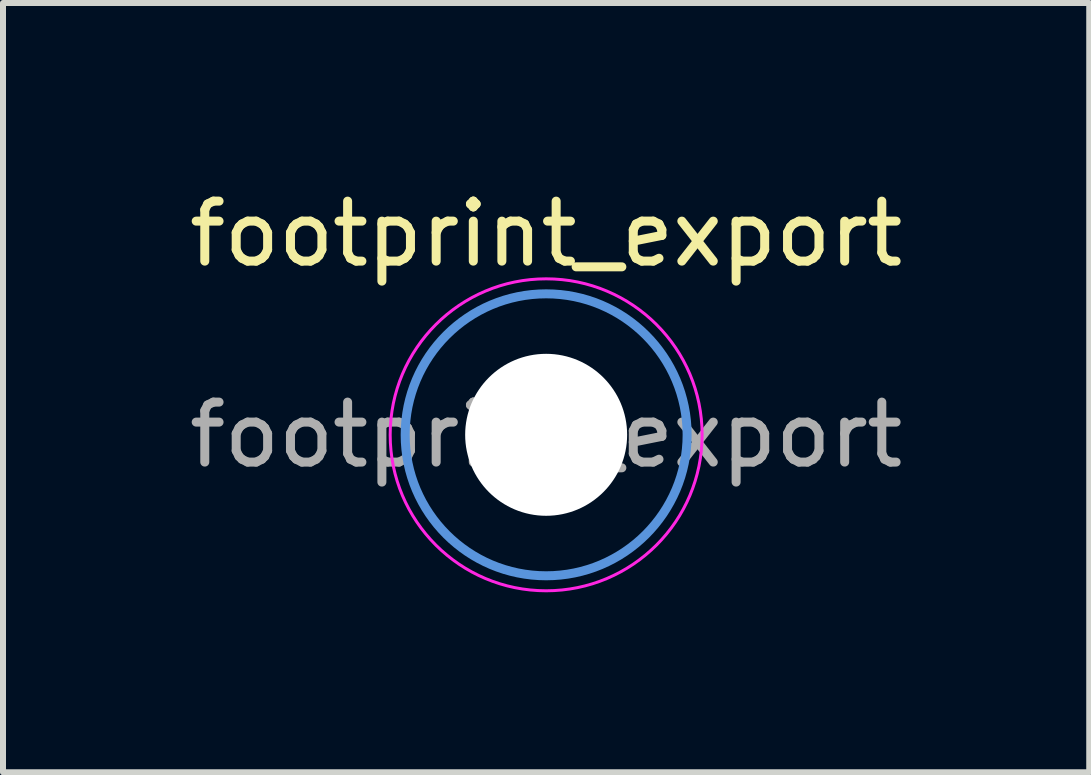
<source format=kicad_pcb>
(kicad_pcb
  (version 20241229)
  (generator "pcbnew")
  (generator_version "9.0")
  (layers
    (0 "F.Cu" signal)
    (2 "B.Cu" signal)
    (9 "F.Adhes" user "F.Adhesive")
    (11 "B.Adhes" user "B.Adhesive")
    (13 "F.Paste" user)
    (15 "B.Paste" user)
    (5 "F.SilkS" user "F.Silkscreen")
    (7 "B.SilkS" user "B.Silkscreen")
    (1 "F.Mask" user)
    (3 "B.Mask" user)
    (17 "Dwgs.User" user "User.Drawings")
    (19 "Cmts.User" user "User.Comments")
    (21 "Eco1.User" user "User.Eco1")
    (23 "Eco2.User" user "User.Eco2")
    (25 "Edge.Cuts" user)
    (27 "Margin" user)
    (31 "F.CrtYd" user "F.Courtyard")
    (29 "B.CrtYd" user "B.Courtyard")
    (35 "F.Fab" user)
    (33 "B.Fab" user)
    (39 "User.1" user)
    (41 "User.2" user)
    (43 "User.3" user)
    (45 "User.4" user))
  (footprint "footprint_export"
    (layer "F.Cu")
    (at 6.054 4.198)
    (property "Reference" "footprint_export" (at 0 -3.35 0) (layer "F.SilkS") (effects (font (size 1 1) (thickness 0.15))))
    (attr exclude_from_pos_files exclude_from_bom)
    (fp_circle (center 0 0) (end 2.35 0) (stroke (width 0.15) (type solid)) (fill no) (layer "Cmts.User"))
    (fp_circle (center 0 0) (end 2.6 0) (stroke (width 0.05) (type solid)) (fill no) (layer "F.CrtYd"))
    (fp_text user "${REFERENCE}" (at 0 0 0) (layer "F.Fab") (effects (font (size 1 1) (thickness 0.15))))
    (pad "" np_thru_hole circle (at 0 0) (size 2.7 2.7) (drill 2.7) (layers "*.Cu" "*.Mask")))
  (gr_rect
    (start -3 -3)
    (end 15.107 9.823)
    (stroke (width 0.1) (type default))
    (fill no)
    (layer "Edge.Cuts")))
</source>
